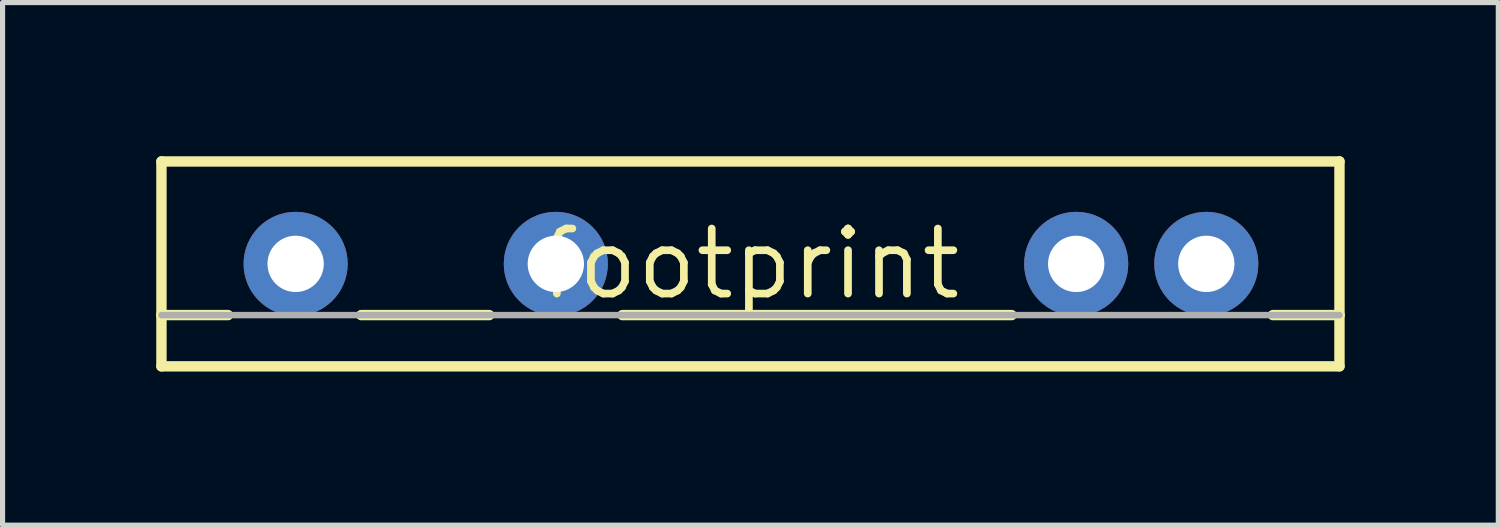
<source format=kicad_pcb>
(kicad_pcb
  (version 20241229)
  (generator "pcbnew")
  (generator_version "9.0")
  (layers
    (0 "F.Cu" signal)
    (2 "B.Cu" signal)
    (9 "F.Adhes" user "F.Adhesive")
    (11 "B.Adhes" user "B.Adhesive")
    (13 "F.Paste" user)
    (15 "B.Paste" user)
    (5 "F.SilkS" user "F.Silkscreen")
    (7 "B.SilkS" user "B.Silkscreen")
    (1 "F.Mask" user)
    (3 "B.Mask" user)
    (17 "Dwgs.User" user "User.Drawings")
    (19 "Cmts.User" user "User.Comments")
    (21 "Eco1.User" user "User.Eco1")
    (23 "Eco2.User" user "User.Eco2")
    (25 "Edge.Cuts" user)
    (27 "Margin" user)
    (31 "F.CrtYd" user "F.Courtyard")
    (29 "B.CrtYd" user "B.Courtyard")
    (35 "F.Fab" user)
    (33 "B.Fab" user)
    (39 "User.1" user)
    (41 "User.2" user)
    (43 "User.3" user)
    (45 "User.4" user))
  (footprint "footprint"
    (layer "F.Cu")
    (at 11.602 2.102)
    (property "Reference" "footprint" (at 0 0 0) (layer "F.SilkS") (effects (font (size 1.27 1.27) (thickness 0.15))))
    (fp_line (start -11.5 -2) (end 11.5 -2) (stroke (width 0.203) (type solid)) (layer "F.SilkS"))
    (fp_line (start -11.5 1) (end -11.5 -2) (stroke (width 0.203) (type solid)) (layer "F.SilkS"))
    (fp_line (start -11.5 2) (end -11.5 1) (stroke (width 0.203) (type solid)) (layer "F.SilkS"))
    (fp_line (start -10.2 1) (end -11.5 1) (stroke (width 0.203) (type solid)) (layer "F.SilkS"))
    (fp_line (start -7.6 1) (end -5.1 1) (stroke (width 0.203) (type solid)) (layer "F.SilkS"))
    (fp_line (start -2.5 1) (end 5.1 1) (stroke (width 0.203) (type solid)) (layer "F.SilkS"))
    (fp_line (start 11.5 -2) (end 11.5 1) (stroke (width 0.203) (type solid)) (layer "F.SilkS"))
    (fp_line (start 11.5 1) (end 10.2 1) (stroke (width 0.203) (type solid)) (layer "F.SilkS"))
    (fp_line (start 11.5 1) (end 11.5 2) (stroke (width 0.203) (type solid)) (layer "F.SilkS"))
    (fp_line (start 11.5 2) (end -11.5 2) (stroke (width 0.203) (type solid)) (layer "F.SilkS"))
    (fp_line (start -11.5 1) (end 11.5 1) (stroke (width 0.127) (type solid)) (layer "F.Fab"))
    (pad "1" thru_hole circle (at -8.88 0) (size 2.032 2.032) (drill 1.1) (layers "*.Cu" "*.Mask"))
    (pad "2" thru_hole circle (at -3.8 0) (size 2.032 2.032) (drill 1.1) (layers "*.Cu" "*.Mask"))
    (pad "3" thru_hole circle (at 6.36 0) (size 2.032 2.032) (drill 1.1) (layers "*.Cu" "*.Mask"))
    (pad "4" thru_hole circle (at 8.9 0) (size 2.032 2.032) (drill 1.1) (layers "*.Cu" "*.Mask")))
  (gr_rect
    (start -3 -3)
    (end 26.203 7.203)
    (stroke (width 0.1) (type default))
    (fill no)
    (layer "Edge.Cuts")))
</source>
